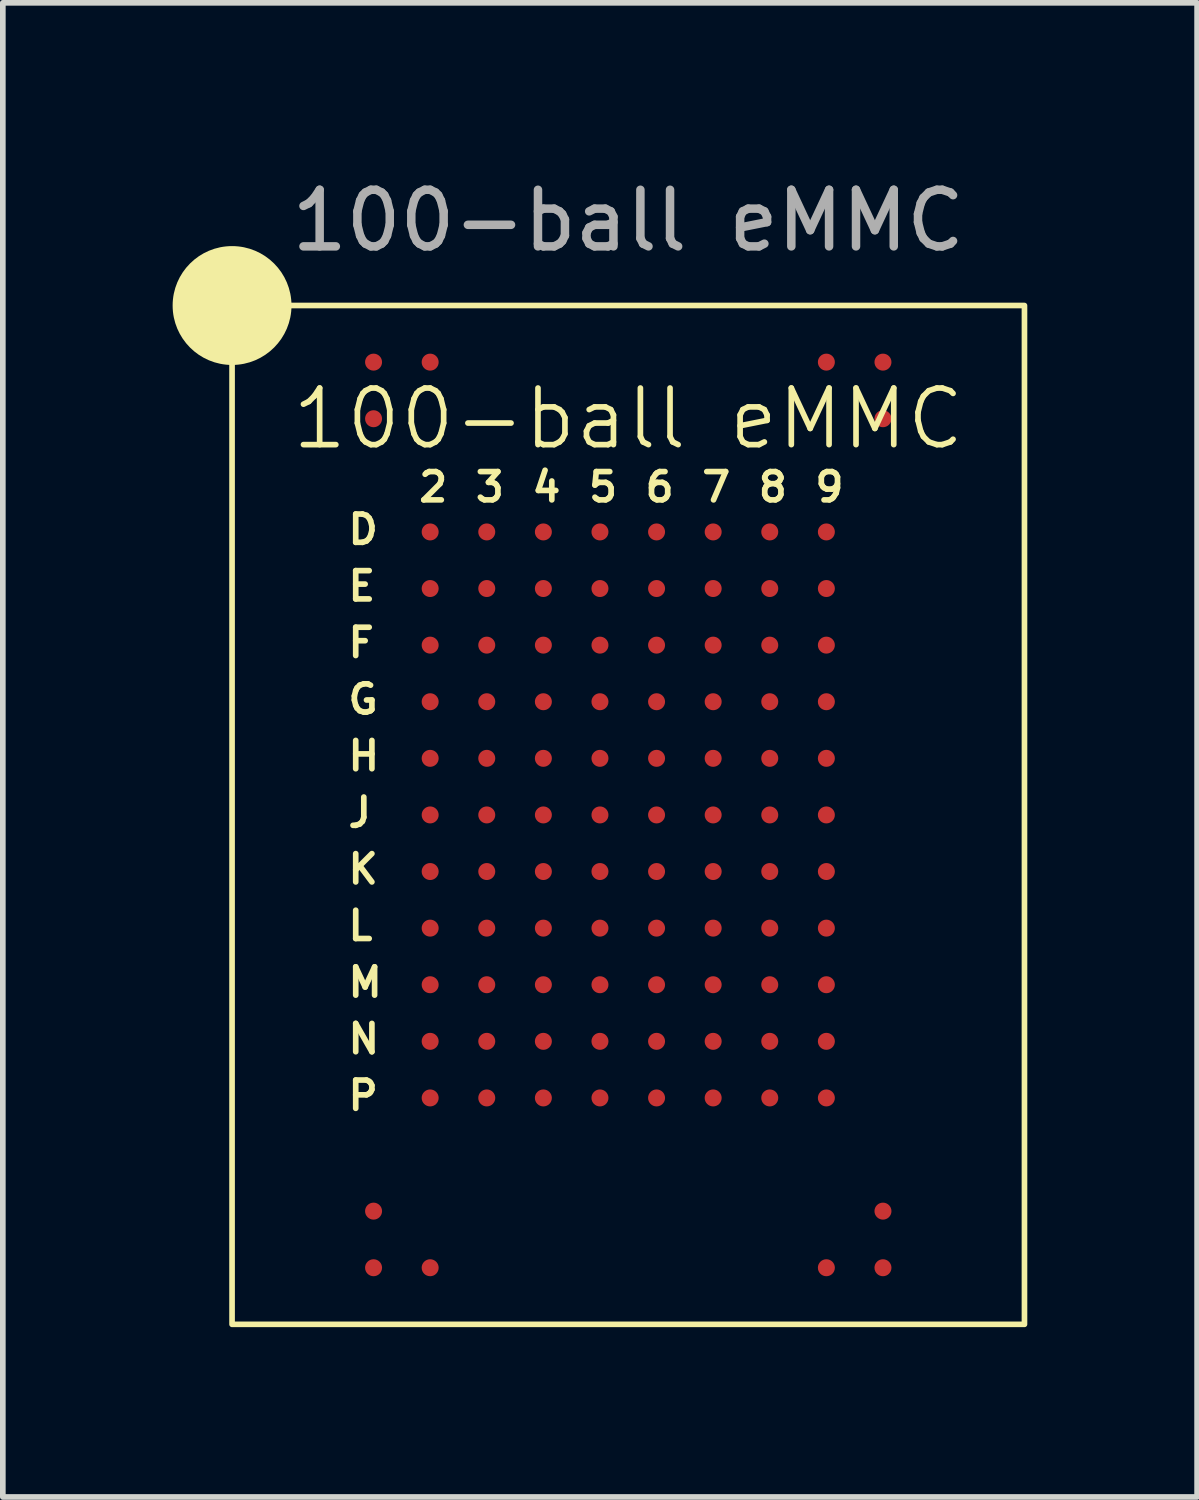
<source format=kicad_pcb>
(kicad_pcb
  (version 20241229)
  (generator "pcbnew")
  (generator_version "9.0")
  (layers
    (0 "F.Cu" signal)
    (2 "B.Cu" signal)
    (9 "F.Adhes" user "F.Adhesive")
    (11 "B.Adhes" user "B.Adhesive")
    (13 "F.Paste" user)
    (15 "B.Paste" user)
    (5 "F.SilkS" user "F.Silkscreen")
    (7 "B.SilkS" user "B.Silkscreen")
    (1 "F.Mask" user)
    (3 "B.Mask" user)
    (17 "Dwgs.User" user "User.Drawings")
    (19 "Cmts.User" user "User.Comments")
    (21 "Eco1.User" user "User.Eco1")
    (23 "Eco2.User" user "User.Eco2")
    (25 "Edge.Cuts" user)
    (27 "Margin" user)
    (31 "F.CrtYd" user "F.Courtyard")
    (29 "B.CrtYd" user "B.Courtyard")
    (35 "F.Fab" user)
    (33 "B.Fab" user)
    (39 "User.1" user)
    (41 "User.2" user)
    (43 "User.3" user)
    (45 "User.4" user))
  (footprint "100-ball eMMC"
    (layer "F.Cu")
    (at 8.05 11.348)
    (property "Reference" "100-ball eMMC" (at 0 -7 0) (unlocked yes) (layer "F.SilkS") (effects (font (size 1 1) (thickness 0.1))))
    (attr smd)
    (fp_rect (start -7 -9) (end 7 9) (stroke (width 0.1) (type default)) (fill no) (layer "F.SilkS"))
    (fp_circle (center -7 -9) (end -6 -9) (stroke (width 0.1) (type solid)) (fill yes) (layer "F.SilkS"))
    (fp_text user "E" (at -5 -3.75 0) (unlocked yes) (layer "F.SilkS") (effects (font (size 0.5 0.5) (thickness 0.1)) (justify left bottom)))
    (fp_text user "9" (at 3.25 -5.5 0) (unlocked yes) (layer "F.SilkS") (effects (font (size 0.5 0.5) (thickness 0.1)) (justify left bottom)))
    (fp_text user "7" (at 1.25 -5.5 0) (unlocked yes) (layer "F.SilkS") (effects (font (size 0.5 0.5) (thickness 0.1)) (justify left bottom)))
    (fp_text user "J" (at -5 0.25 0) (unlocked yes) (layer "F.SilkS") (effects (font (size 0.5 0.5) (thickness 0.1)) (justify left bottom)))
    (fp_text user "5" (at -0.75 -5.5 0) (unlocked yes) (layer "F.SilkS") (effects (font (size 0.5 0.5) (thickness 0.1)) (justify left bottom)))
    (fp_text user "8" (at 2.25 -5.5 0) (unlocked yes) (layer "F.SilkS") (effects (font (size 0.5 0.5) (thickness 0.1)) (justify left bottom)))
    (fp_text user "H" (at -5 -0.75 0) (unlocked yes) (layer "F.SilkS") (effects (font (size 0.5 0.5) (thickness 0.1)) (justify left bottom)))
    (fp_text user "P" (at -5 5.25 0) (unlocked yes) (layer "F.SilkS") (effects (font (size 0.5 0.5) (thickness 0.1)) (justify left bottom)))
    (fp_text user "2" (at -3.75 -5.5 0) (unlocked yes) (layer "F.SilkS") (effects (font (size 0.5 0.5) (thickness 0.1)) (justify left bottom)))
    (fp_text user "6" (at 0.25 -5.5 0) (unlocked yes) (layer "F.SilkS") (effects (font (size 0.5 0.5) (thickness 0.1)) (justify left bottom)))
    (fp_text user "4" (at -1.75 -5.5 0) (unlocked yes) (layer "F.SilkS") (effects (font (size 0.5 0.5) (thickness 0.1)) (justify left bottom)))
    (fp_text user "3" (at -2.75 -5.5 0) (unlocked yes) (layer "F.SilkS") (effects (font (size 0.5 0.5) (thickness 0.1)) (justify left bottom)))
    (fp_text user "G" (at -5 -1.75 0) (unlocked yes) (layer "F.SilkS") (effects (font (size 0.5 0.5) (thickness 0.1)) (justify left bottom)))
    (fp_text user "K" (at -5 1.25 0) (unlocked yes) (layer "F.SilkS") (effects (font (size 0.5 0.5) (thickness 0.1)) (justify left bottom)))
    (fp_text user "F" (at -5 -2.75 0) (unlocked yes) (layer "F.SilkS") (effects (font (size 0.5 0.5) (thickness 0.1)) (justify left bottom)))
    (fp_text user "N" (at -5 4.25 0) (unlocked yes) (layer "F.SilkS") (effects (font (size 0.5 0.5) (thickness 0.1)) (justify left bottom)))
    (fp_text user "M" (at -5 3.25 0) (unlocked yes) (layer "F.SilkS") (effects (font (size 0.5 0.5) (thickness 0.1)) (justify left bottom)))
    (fp_text user "D" (at -5 -4.75 0) (unlocked yes) (layer "F.SilkS") (effects (font (size 0.5 0.5) (thickness 0.1)) (justify left bottom)))
    (fp_text user "L" (at -5 2.25 0) (unlocked yes) (layer "F.SilkS") (effects (font (size 0.5 0.5) (thickness 0.1)) (justify left bottom)))
    (fp_text user "${REFERENCE}" (at 0 -10.5 0) (unlocked yes) (layer "F.Fab") (effects (font (size 1 1) (thickness 0.15))))
    (pad "0" smd circle (at -4.5 -8) (size 0.3 0.3) (layers "F.Cu" "F.Mask" "F.Paste"))
    (pad "1" smd circle (at -3.5 -8) (size 0.3 0.3) (layers "F.Cu" "F.Mask" "F.Paste"))
    (pad "2" smd circle (at 3.5 -8) (size 0.3 0.3) (layers "F.Cu" "F.Mask" "F.Paste"))
    (pad "3" smd circle (at 4.5 -8) (size 0.3 0.3) (layers "F.Cu" "F.Mask" "F.Paste"))
    (pad "4" smd circle (at -4.5 -7) (size 0.3 0.3) (layers "F.Cu" "F.Mask" "F.Paste"))
    (pad "5" smd circle (at 4.5 -7) (size 0.3 0.3) (layers "F.Cu" "F.Mask" "F.Paste"))
    (pad "6" smd circle (at -3.5 -5) (size 0.3 0.3) (layers "F.Cu" "F.Mask" "F.Paste"))
    (pad "7" smd circle (at -2.5 -5) (size 0.3 0.3) (layers "F.Cu" "F.Mask" "F.Paste"))
    (pad "8" smd circle (at -1.5 -5) (size 0.3 0.3) (layers "F.Cu" "F.Mask" "F.Paste"))
    (pad "9" smd circle (at -0.5 -5) (size 0.3 0.3) (layers "F.Cu" "F.Mask" "F.Paste"))
    (pad "10" smd circle (at 0.5 -5) (size 0.3 0.3) (layers "F.Cu" "F.Mask" "F.Paste"))
    (pad "11" smd circle (at 1.5 -5) (size 0.3 0.3) (layers "F.Cu" "F.Mask" "F.Paste"))
    (pad "12" smd circle (at 2.5 -5) (size 0.3 0.3) (layers "F.Cu" "F.Mask" "F.Paste"))
    (pad "13" smd circle (at 3.5 -5) (size 0.3 0.3) (layers "F.Cu" "F.Mask" "F.Paste"))
    (pad "14" smd circle (at -3.5 -4) (size 0.3 0.3) (layers "F.Cu" "F.Mask" "F.Paste"))
    (pad "15" smd circle (at -2.5 -4) (size 0.3 0.3) (layers "F.Cu" "F.Mask" "F.Paste"))
    (pad "16" smd circle (at -1.5 -4) (size 0.3 0.3) (layers "F.Cu" "F.Mask" "F.Paste"))
    (pad "17" smd circle (at -0.5 -4) (size 0.3 0.3) (layers "F.Cu" "F.Mask" "F.Paste"))
    (pad "18" smd circle (at 0.5 -4) (size 0.3 0.3) (layers "F.Cu" "F.Mask" "F.Paste"))
    (pad "19" smd circle (at 1.5 -4) (size 0.3 0.3) (layers "F.Cu" "F.Mask" "F.Paste"))
    (pad "20" smd circle (at 2.5 -4) (size 0.3 0.3) (layers "F.Cu" "F.Mask" "F.Paste"))
    (pad "21" smd circle (at 3.5 -4) (size 0.3 0.3) (layers "F.Cu" "F.Mask" "F.Paste"))
    (pad "22" smd circle (at -3.5 -3) (size 0.3 0.3) (layers "F.Cu" "F.Mask" "F.Paste"))
    (pad "23" smd circle (at -2.5 -3) (size 0.3 0.3) (layers "F.Cu" "F.Mask" "F.Paste"))
    (pad "24" smd circle (at -1.5 -3) (size 0.3 0.3) (layers "F.Cu" "F.Mask" "F.Paste"))
    (pad "25" smd circle (at -0.5 -3) (size 0.3 0.3) (layers "F.Cu" "F.Mask" "F.Paste"))
    (pad "26" smd circle (at 0.5 -3) (size 0.3 0.3) (layers "F.Cu" "F.Mask" "F.Paste"))
    (pad "27" smd circle (at 1.5 -3) (size 0.3 0.3) (layers "F.Cu" "F.Mask" "F.Paste"))
    (pad "28" smd circle (at 2.5 -3) (size 0.3 0.3) (layers "F.Cu" "F.Mask" "F.Paste"))
    (pad "29" smd circle (at 3.5 -3) (size 0.3 0.3) (layers "F.Cu" "F.Mask" "F.Paste"))
    (pad "30" smd circle (at -3.5 -2) (size 0.3 0.3) (layers "F.Cu" "F.Mask" "F.Paste"))
    (pad "31" smd circle (at -2.5 -2) (size 0.3 0.3) (layers "F.Cu" "F.Mask" "F.Paste"))
    (pad "32" smd circle (at -1.5 -2) (size 0.3 0.3) (layers "F.Cu" "F.Mask" "F.Paste"))
    (pad "33" smd circle (at -0.5 -2) (size 0.3 0.3) (layers "F.Cu" "F.Mask" "F.Paste"))
    (pad "34" smd circle (at 0.5 -2) (size 0.3 0.3) (layers "F.Cu" "F.Mask" "F.Paste"))
    (pad "35" smd circle (at 1.5 -2) (size 0.3 0.3) (layers "F.Cu" "F.Mask" "F.Paste"))
    (pad "36" smd circle (at 2.5 -2) (size 0.3 0.3) (layers "F.Cu" "F.Mask" "F.Paste"))
    (pad "37" smd circle (at 3.5 -2) (size 0.3 0.3) (layers "F.Cu" "F.Mask" "F.Paste"))
    (pad "38" smd circle (at -3.5 -1) (size 0.3 0.3) (layers "F.Cu" "F.Mask" "F.Paste"))
    (pad "39" smd circle (at -2.5 -1) (size 0.3 0.3) (layers "F.Cu" "F.Mask" "F.Paste"))
    (pad "40" smd circle (at -1.5 -1) (size 0.3 0.3) (layers "F.Cu" "F.Mask" "F.Paste"))
    (pad "41" smd circle (at -0.5 -1) (size 0.3 0.3) (layers "F.Cu" "F.Mask" "F.Paste"))
    (pad "42" smd circle (at 0.5 -1) (size 0.3 0.3) (layers "F.Cu" "F.Mask" "F.Paste"))
    (pad "43" smd circle (at 1.5 -1) (size 0.3 0.3) (layers "F.Cu" "F.Mask" "F.Paste"))
    (pad "44" smd circle (at 2.5 -1) (size 0.3 0.3) (layers "F.Cu" "F.Mask" "F.Paste"))
    (pad "45" smd circle (at 3.5 -1) (size 0.3 0.3) (layers "F.Cu" "F.Mask" "F.Paste"))
    (pad "46" smd circle (at -3.5 0) (size 0.3 0.3) (layers "F.Cu" "F.Mask" "F.Paste"))
    (pad "47" smd circle (at -2.5 0) (size 0.3 0.3) (layers "F.Cu" "F.Mask" "F.Paste"))
    (pad "48" smd circle (at -1.5 0) (size 0.3 0.3) (layers "F.Cu" "F.Mask" "F.Paste"))
    (pad "49" smd circle (at -0.5 0) (size 0.3 0.3) (layers "F.Cu" "F.Mask" "F.Paste"))
    (pad "50" smd circle (at 0.5 0) (size 0.3 0.3) (layers "F.Cu" "F.Mask" "F.Paste"))
    (pad "51" smd circle (at 1.5 0) (size 0.3 0.3) (layers "F.Cu" "F.Mask" "F.Paste"))
    (pad "52" smd circle (at 2.5 0) (size 0.3 0.3) (layers "F.Cu" "F.Mask" "F.Paste"))
    (pad "53" smd circle (at 3.5 0) (size 0.3 0.3) (layers "F.Cu" "F.Mask" "F.Paste"))
    (pad "54" smd circle (at -3.5 1) (size 0.3 0.3) (layers "F.Cu" "F.Mask" "F.Paste"))
    (pad "55" smd circle (at -2.5 1) (size 0.3 0.3) (layers "F.Cu" "F.Mask" "F.Paste"))
    (pad "56" smd circle (at -1.5 1) (size 0.3 0.3) (layers "F.Cu" "F.Mask" "F.Paste"))
    (pad "57" smd circle (at -0.5 1) (size 0.3 0.3) (layers "F.Cu" "F.Mask" "F.Paste"))
    (pad "58" smd circle (at 0.5 1) (size 0.3 0.3) (layers "F.Cu" "F.Mask" "F.Paste"))
    (pad "59" smd circle (at 1.5 1) (size 0.3 0.3) (layers "F.Cu" "F.Mask" "F.Paste"))
    (pad "60" smd circle (at 2.5 1) (size 0.3 0.3) (layers "F.Cu" "F.Mask" "F.Paste"))
    (pad "61" smd circle (at 3.5 1) (size 0.3 0.3) (layers "F.Cu" "F.Mask" "F.Paste"))
    (pad "62" smd circle (at -3.5 2) (size 0.3 0.3) (layers "F.Cu" "F.Mask" "F.Paste"))
    (pad "63" smd circle (at -2.5 2) (size 0.3 0.3) (layers "F.Cu" "F.Mask" "F.Paste"))
    (pad "64" smd circle (at -1.5 2) (size 0.3 0.3) (layers "F.Cu" "F.Mask" "F.Paste"))
    (pad "65" smd circle (at -0.5 2) (size 0.3 0.3) (layers "F.Cu" "F.Mask" "F.Paste"))
    (pad "66" smd circle (at 0.5 2) (size 0.3 0.3) (layers "F.Cu" "F.Mask" "F.Paste"))
    (pad "67" smd circle (at 1.5 2) (size 0.3 0.3) (layers "F.Cu" "F.Mask" "F.Paste"))
    (pad "68" smd circle (at 2.5 2) (size 0.3 0.3) (layers "F.Cu" "F.Mask" "F.Paste"))
    (pad "69" smd circle (at 3.5 2) (size 0.3 0.3) (layers "F.Cu" "F.Mask" "F.Paste"))
    (pad "70" smd circle (at -3.5 3) (size 0.3 0.3) (layers "F.Cu" "F.Mask" "F.Paste"))
    (pad "71" smd circle (at -2.5 3) (size 0.3 0.3) (layers "F.Cu" "F.Mask" "F.Paste"))
    (pad "72" smd circle (at -1.5 3) (size 0.3 0.3) (layers "F.Cu" "F.Mask" "F.Paste"))
    (pad "73" smd circle (at -0.5 3) (size 0.3 0.3) (layers "F.Cu" "F.Mask" "F.Paste"))
    (pad "74" smd circle (at 0.5 3) (size 0.3 0.3) (layers "F.Cu" "F.Mask" "F.Paste"))
    (pad "75" smd circle (at 1.5 3) (size 0.3 0.3) (layers "F.Cu" "F.Mask" "F.Paste"))
    (pad "76" smd circle (at 2.5 3) (size 0.3 0.3) (layers "F.Cu" "F.Mask" "F.Paste"))
    (pad "77" smd circle (at 3.5 3) (size 0.3 0.3) (layers "F.Cu" "F.Mask" "F.Paste"))
    (pad "78" smd circle (at -3.5 4) (size 0.3 0.3) (layers "F.Cu" "F.Mask" "F.Paste"))
    (pad "79" smd circle (at -2.5 4) (size 0.3 0.3) (layers "F.Cu" "F.Mask" "F.Paste"))
    (pad "80" smd circle (at -1.5 4) (size 0.3 0.3) (layers "F.Cu" "F.Mask" "F.Paste"))
    (pad "81" smd circle (at -0.5 4) (size 0.3 0.3) (layers "F.Cu" "F.Mask" "F.Paste"))
    (pad "82" smd circle (at 0.5 4) (size 0.3 0.3) (layers "F.Cu" "F.Mask" "F.Paste"))
    (pad "83" smd circle (at 1.5 4) (size 0.3 0.3) (layers "F.Cu" "F.Mask" "F.Paste"))
    (pad "84" smd circle (at 2.5 4) (size 0.3 0.3) (layers "F.Cu" "F.Mask" "F.Paste"))
    (pad "85" smd circle (at 3.5 4) (size 0.3 0.3) (layers "F.Cu" "F.Mask" "F.Paste"))
    (pad "86" smd circle (at -3.5 5) (size 0.3 0.3) (layers "F.Cu" "F.Mask" "F.Paste"))
    (pad "87" smd circle (at -2.5 5) (size 0.3 0.3) (layers "F.Cu" "F.Mask" "F.Paste"))
    (pad "88" smd circle (at -1.5 5) (size 0.3 0.3) (layers "F.Cu" "F.Mask" "F.Paste"))
    (pad "89" smd circle (at -0.5 5) (size 0.3 0.3) (layers "F.Cu" "F.Mask" "F.Paste"))
    (pad "90" smd circle (at 0.5 5) (size 0.3 0.3) (layers "F.Cu" "F.Mask" "F.Paste"))
    (pad "91" smd circle (at 1.5 5) (size 0.3 0.3) (layers "F.Cu" "F.Mask" "F.Paste"))
    (pad "92" smd circle (at 2.5 5) (size 0.3 0.3) (layers "F.Cu" "F.Mask" "F.Paste"))
    (pad "93" smd circle (at 3.5 5) (size 0.3 0.3) (layers "F.Cu" "F.Mask" "F.Paste"))
    (pad "94" smd circle (at -4.5 7) (size 0.3 0.3) (layers "F.Cu" "F.Mask" "F.Paste"))
    (pad "95" smd circle (at 4.5 7) (size 0.3 0.3) (layers "F.Cu" "F.Mask" "F.Paste"))
    (pad "96" smd circle (at -4.5 8) (size 0.3 0.3) (layers "F.Cu" "F.Mask" "F.Paste"))
    (pad "97" smd circle (at -3.5 8) (size 0.3 0.3) (layers "F.Cu" "F.Mask" "F.Paste"))
    (pad "98" smd circle (at 3.5 8) (size 0.3 0.3) (layers "F.Cu" "F.Mask" "F.Paste"))
    (pad "99" smd circle (at 4.5 8) (size 0.3 0.3) (layers "F.Cu" "F.Mask" "F.Paste")))
  (gr_rect
    (start -3 -3)
    (end 18.1 23.398)
    (stroke (width 0.1) (type default))
    (fill no)
    (layer "Edge.Cuts")))
</source>
